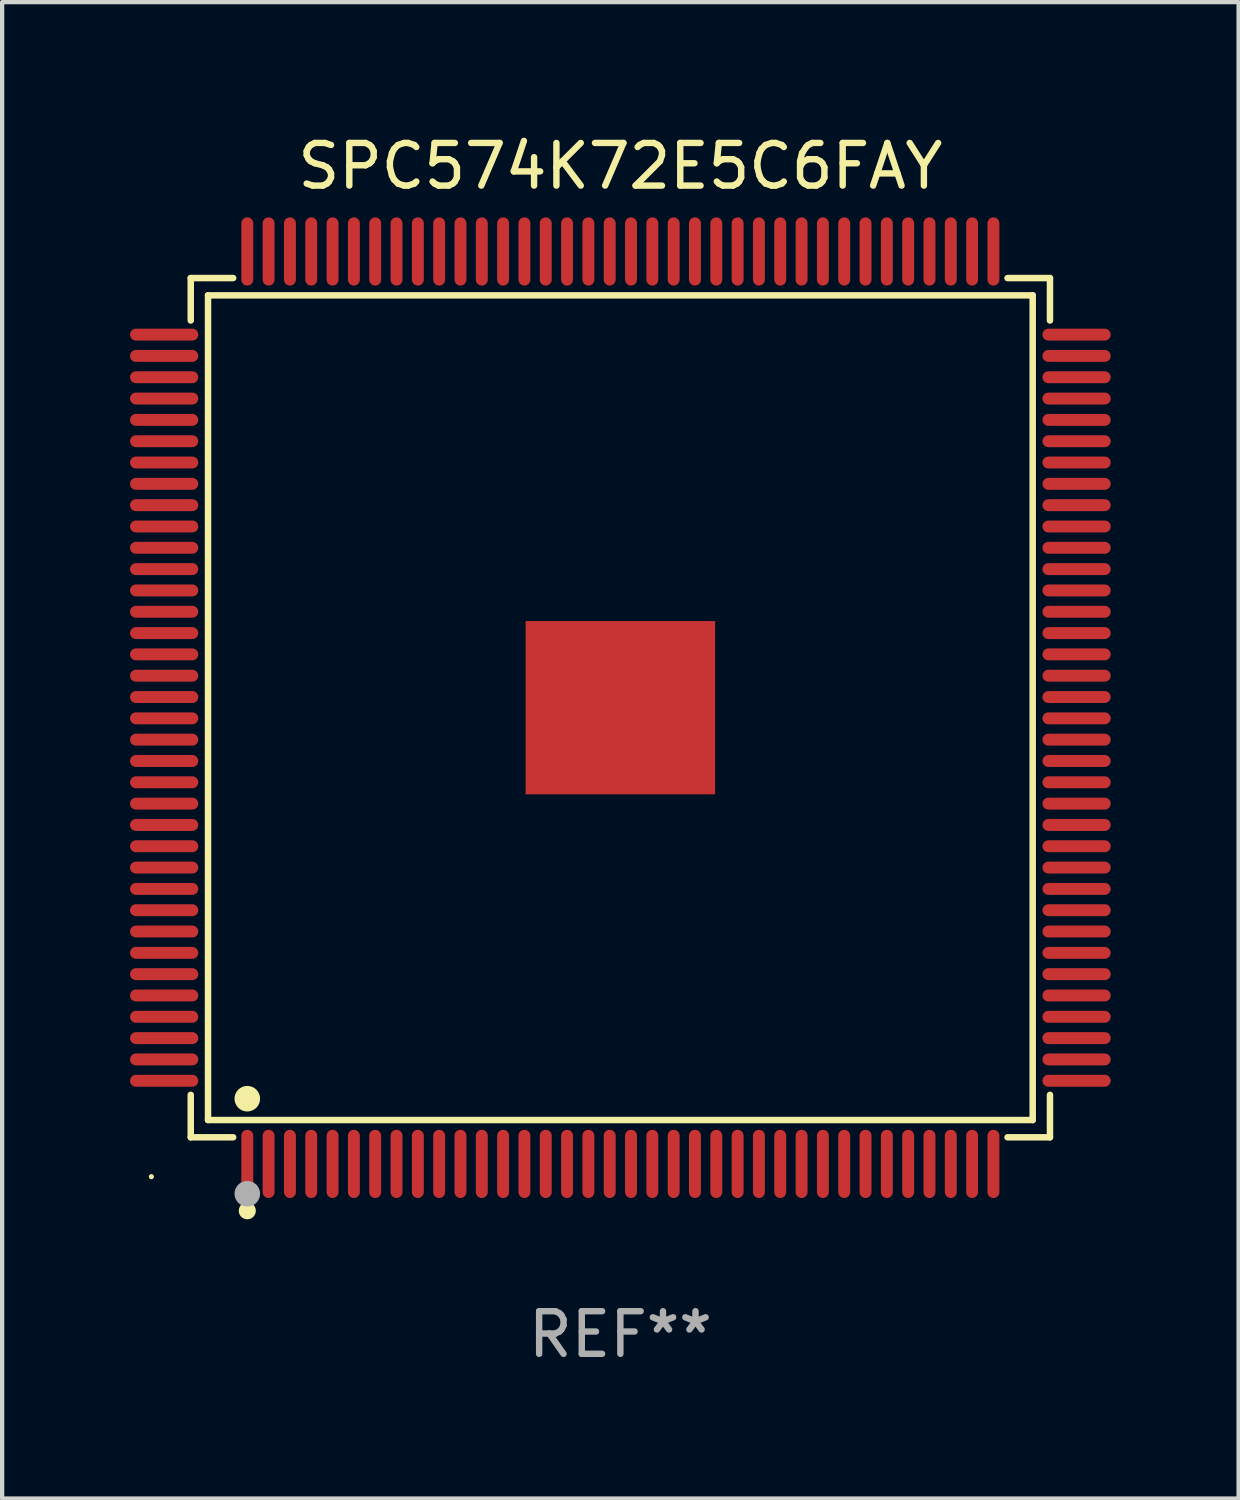
<source format=kicad_pcb>
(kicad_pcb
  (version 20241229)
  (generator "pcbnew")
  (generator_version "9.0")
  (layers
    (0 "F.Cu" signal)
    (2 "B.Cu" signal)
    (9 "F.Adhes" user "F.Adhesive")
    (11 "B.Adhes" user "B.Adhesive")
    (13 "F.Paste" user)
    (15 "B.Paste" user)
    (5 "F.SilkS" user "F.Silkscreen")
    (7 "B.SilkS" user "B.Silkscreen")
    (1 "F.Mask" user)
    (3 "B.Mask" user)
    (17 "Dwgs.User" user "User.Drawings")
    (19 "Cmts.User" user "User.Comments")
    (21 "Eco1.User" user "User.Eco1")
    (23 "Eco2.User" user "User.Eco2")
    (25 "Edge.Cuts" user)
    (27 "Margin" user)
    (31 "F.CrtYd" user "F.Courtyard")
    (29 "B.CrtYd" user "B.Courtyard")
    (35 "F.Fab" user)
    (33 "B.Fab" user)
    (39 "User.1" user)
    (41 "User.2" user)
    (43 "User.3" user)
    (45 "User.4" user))
  (footprint "SPC574K72E5C6FAY"
    (layer "F.Cu")
    (at 11.5 13.548)
    (property "Reference" "SPC574K72E5C6FAY" (at 0 -12.7 0) (layer "F.SilkS") (effects (font (size 1 1) (thickness 0.15))))
    (attr through_hole)
    (fp_line (start -10.076 -10.076) (end -9.081 -10.076) (stroke (width 0.152) (type solid)) (layer "F.SilkS"))
    (fp_line (start -10.076 -9.081) (end -10.076 -10.076) (stroke (width 0.152) (type solid)) (layer "F.SilkS"))
    (fp_line (start -10.076 9.081) (end -10.076 10.076) (stroke (width 0.152) (type solid)) (layer "F.SilkS"))
    (fp_line (start -10.076 10.076) (end -9.081 10.076) (stroke (width 0.152) (type solid)) (layer "F.SilkS"))
    (fp_line (start -9.671 -9.671) (end 9.671 -9.671) (stroke (width 0.152) (type solid)) (layer "F.SilkS"))
    (fp_line (start -9.671 9.671) (end -9.671 -9.671) (stroke (width 0.152) (type solid)) (layer "F.SilkS"))
    (fp_line (start 9.671 -9.671) (end 9.671 9.671) (stroke (width 0.152) (type solid)) (layer "F.SilkS"))
    (fp_line (start 9.671 9.671) (end -9.671 9.671) (stroke (width 0.152) (type solid)) (layer "F.SilkS"))
    (fp_line (start 10.076 -10.076) (end 9.081 -10.076) (stroke (width 0.152) (type solid)) (layer "F.SilkS"))
    (fp_line (start 10.076 -9.081) (end 10.076 -10.076) (stroke (width 0.152) (type solid)) (layer "F.SilkS"))
    (fp_line (start 10.076 9.081) (end 10.076 10.076) (stroke (width 0.152) (type solid)) (layer "F.SilkS"))
    (fp_line (start 10.076 10.076) (end 9.081 10.076) (stroke (width 0.152) (type solid)) (layer "F.SilkS"))
    (fp_circle (center -11 11) (end -10.97 11) (stroke (width 0.06) (type solid)) (fill no) (layer "F.SilkS"))
    (fp_circle (center -8.75 9.171) (end -8.6 9.171) (stroke (width 0.3) (type solid)) (fill no) (layer "F.SilkS"))
    (fp_circle (center -8.75 11.8) (end -8.65 11.8) (stroke (width 0.2) (type solid)) (fill no) (layer "F.SilkS"))
    (fp_circle (center -8.75 11.4) (end -8.6 11.4) (stroke (width 0.3) (type solid)) (fill no) (layer "F.Fab"))
    (fp_text user "REF**" (at 0 14.7 0) (layer "F.Fab") (effects (font (size 1 1) (thickness 0.15))))
    (pad "1" smd oval (at -8.75 10.7) (size 0.28 1.6) (layers "F.Cu" "F.Mask" "F.Paste"))
    (pad "2" smd oval (at -8.25 10.7) (size 0.28 1.6) (layers "F.Cu" "F.Mask" "F.Paste"))
    (pad "3" smd oval (at -7.75 10.7) (size 0.28 1.6) (layers "F.Cu" "F.Mask" "F.Paste"))
    (pad "4" smd oval (at -7.25 10.7) (size 0.28 1.6) (layers "F.Cu" "F.Mask" "F.Paste"))
    (pad "5" smd oval (at -6.75 10.7) (size 0.28 1.6) (layers "F.Cu" "F.Mask" "F.Paste"))
    (pad "6" smd oval (at -6.25 10.7) (size 0.28 1.6) (layers "F.Cu" "F.Mask" "F.Paste"))
    (pad "7" smd oval (at -5.75 10.7) (size 0.28 1.6) (layers "F.Cu" "F.Mask" "F.Paste"))
    (pad "8" smd oval (at -5.25 10.7) (size 0.28 1.6) (layers "F.Cu" "F.Mask" "F.Paste"))
    (pad "9" smd oval (at -4.75 10.7) (size 0.28 1.6) (layers "F.Cu" "F.Mask" "F.Paste"))
    (pad "10" smd oval (at -4.25 10.7) (size 0.28 1.6) (layers "F.Cu" "F.Mask" "F.Paste"))
    (pad "11" smd oval (at -3.75 10.7) (size 0.28 1.6) (layers "F.Cu" "F.Mask" "F.Paste"))
    (pad "12" smd oval (at -3.25 10.7) (size 0.28 1.6) (layers "F.Cu" "F.Mask" "F.Paste"))
    (pad "13" smd oval (at -2.75 10.7) (size 0.28 1.6) (layers "F.Cu" "F.Mask" "F.Paste"))
    (pad "14" smd oval (at -2.25 10.7) (size 0.28 1.6) (layers "F.Cu" "F.Mask" "F.Paste"))
    (pad "15" smd oval (at -1.75 10.7) (size 0.28 1.6) (layers "F.Cu" "F.Mask" "F.Paste"))
    (pad "16" smd oval (at -1.25 10.7) (size 0.28 1.6) (layers "F.Cu" "F.Mask" "F.Paste"))
    (pad "17" smd oval (at -0.75 10.7) (size 0.28 1.6) (layers "F.Cu" "F.Mask" "F.Paste"))
    (pad "18" smd oval (at -0.25 10.7) (size 0.28 1.6) (layers "F.Cu" "F.Mask" "F.Paste"))
    (pad "19" smd oval (at 0.25 10.7) (size 0.28 1.6) (layers "F.Cu" "F.Mask" "F.Paste"))
    (pad "20" smd oval (at 0.75 10.7) (size 0.28 1.6) (layers "F.Cu" "F.Mask" "F.Paste"))
    (pad "21" smd oval (at 1.25 10.7) (size 0.28 1.6) (layers "F.Cu" "F.Mask" "F.Paste"))
    (pad "22" smd oval (at 1.75 10.7) (size 0.28 1.6) (layers "F.Cu" "F.Mask" "F.Paste"))
    (pad "23" smd oval (at 2.25 10.7) (size 0.28 1.6) (layers "F.Cu" "F.Mask" "F.Paste"))
    (pad "24" smd oval (at 2.75 10.7) (size 0.28 1.6) (layers "F.Cu" "F.Mask" "F.Paste"))
    (pad "25" smd oval (at 3.25 10.7) (size 0.28 1.6) (layers "F.Cu" "F.Mask" "F.Paste"))
    (pad "26" smd oval (at 3.75 10.7) (size 0.28 1.6) (layers "F.Cu" "F.Mask" "F.Paste"))
    (pad "27" smd oval (at 4.25 10.7) (size 0.28 1.6) (layers "F.Cu" "F.Mask" "F.Paste"))
    (pad "28" smd oval (at 4.75 10.7) (size 0.28 1.6) (layers "F.Cu" "F.Mask" "F.Paste"))
    (pad "29" smd oval (at 5.25 10.7) (size 0.28 1.6) (layers "F.Cu" "F.Mask" "F.Paste"))
    (pad "30" smd oval (at 5.75 10.7) (size 0.28 1.6) (layers "F.Cu" "F.Mask" "F.Paste"))
    (pad "31" smd oval (at 6.25 10.7) (size 0.28 1.6) (layers "F.Cu" "F.Mask" "F.Paste"))
    (pad "32" smd oval (at 6.75 10.7) (size 0.28 1.6) (layers "F.Cu" "F.Mask" "F.Paste"))
    (pad "33" smd oval (at 7.25 10.7) (size 0.28 1.6) (layers "F.Cu" "F.Mask" "F.Paste"))
    (pad "34" smd oval (at 7.75 10.7) (size 0.28 1.6) (layers "F.Cu" "F.Mask" "F.Paste"))
    (pad "35" smd oval (at 8.25 10.7) (size 0.28 1.6) (layers "F.Cu" "F.Mask" "F.Paste"))
    (pad "36" smd oval (at 8.75 10.7) (size 0.28 1.6) (layers "F.Cu" "F.Mask" "F.Paste"))
    (pad "37" smd oval (at 10.7 8.75) (size 1.6 0.28) (layers "F.Cu" "F.Mask" "F.Paste"))
    (pad "38" smd oval (at 10.7 8.25) (size 1.6 0.28) (layers "F.Cu" "F.Mask" "F.Paste"))
    (pad "39" smd oval (at 10.7 7.75) (size 1.6 0.28) (layers "F.Cu" "F.Mask" "F.Paste"))
    (pad "40" smd oval (at 10.7 7.25) (size 1.6 0.28) (layers "F.Cu" "F.Mask" "F.Paste"))
    (pad "41" smd oval (at 10.7 6.75) (size 1.6 0.28) (layers "F.Cu" "F.Mask" "F.Paste"))
    (pad "42" smd oval (at 10.7 6.25) (size 1.6 0.28) (layers "F.Cu" "F.Mask" "F.Paste"))
    (pad "43" smd oval (at 10.7 5.75) (size 1.6 0.28) (layers "F.Cu" "F.Mask" "F.Paste"))
    (pad "44" smd oval (at 10.7 5.25) (size 1.6 0.28) (layers "F.Cu" "F.Mask" "F.Paste"))
    (pad "45" smd oval (at 10.7 4.75) (size 1.6 0.28) (layers "F.Cu" "F.Mask" "F.Paste"))
    (pad "46" smd oval (at 10.7 4.25) (size 1.6 0.28) (layers "F.Cu" "F.Mask" "F.Paste"))
    (pad "47" smd oval (at 10.7 3.75) (size 1.6 0.28) (layers "F.Cu" "F.Mask" "F.Paste"))
    (pad "48" smd oval (at 10.7 3.25) (size 1.6 0.28) (layers "F.Cu" "F.Mask" "F.Paste"))
    (pad "49" smd oval (at 10.7 2.75) (size 1.6 0.28) (layers "F.Cu" "F.Mask" "F.Paste"))
    (pad "50" smd oval (at 10.7 2.25) (size 1.6 0.28) (layers "F.Cu" "F.Mask" "F.Paste"))
    (pad "51" smd oval (at 10.7 1.75) (size 1.6 0.28) (layers "F.Cu" "F.Mask" "F.Paste"))
    (pad "52" smd oval (at 10.7 1.25) (size 1.6 0.28) (layers "F.Cu" "F.Mask" "F.Paste"))
    (pad "53" smd oval (at 10.7 0.75) (size 1.6 0.28) (layers "F.Cu" "F.Mask" "F.Paste"))
    (pad "54" smd oval (at 10.7 0.25) (size 1.6 0.28) (layers "F.Cu" "F.Mask" "F.Paste"))
    (pad "55" smd oval (at 10.7 -0.25) (size 1.6 0.28) (layers "F.Cu" "F.Mask" "F.Paste"))
    (pad "56" smd oval (at 10.7 -0.75) (size 1.6 0.28) (layers "F.Cu" "F.Mask" "F.Paste"))
    (pad "57" smd oval (at 10.7 -1.25) (size 1.6 0.28) (layers "F.Cu" "F.Mask" "F.Paste"))
    (pad "58" smd oval (at 10.7 -1.75) (size 1.6 0.28) (layers "F.Cu" "F.Mask" "F.Paste"))
    (pad "59" smd oval (at 10.7 -2.25) (size 1.6 0.28) (layers "F.Cu" "F.Mask" "F.Paste"))
    (pad "60" smd oval (at 10.7 -2.75) (size 1.6 0.28) (layers "F.Cu" "F.Mask" "F.Paste"))
    (pad "61" smd oval (at 10.7 -3.25) (size 1.6 0.28) (layers "F.Cu" "F.Mask" "F.Paste"))
    (pad "62" smd oval (at 10.7 -3.75) (size 1.6 0.28) (layers "F.Cu" "F.Mask" "F.Paste"))
    (pad "63" smd oval (at 10.7 -4.25) (size 1.6 0.28) (layers "F.Cu" "F.Mask" "F.Paste"))
    (pad "64" smd oval (at 10.7 -4.75) (size 1.6 0.28) (layers "F.Cu" "F.Mask" "F.Paste"))
    (pad "65" smd oval (at 10.7 -5.25) (size 1.6 0.28) (layers "F.Cu" "F.Mask" "F.Paste"))
    (pad "66" smd oval (at 10.7 -5.75) (size 1.6 0.28) (layers "F.Cu" "F.Mask" "F.Paste"))
    (pad "67" smd oval (at 10.7 -6.25) (size 1.6 0.28) (layers "F.Cu" "F.Mask" "F.Paste"))
    (pad "68" smd oval (at 10.7 -6.75) (size 1.6 0.28) (layers "F.Cu" "F.Mask" "F.Paste"))
    (pad "69" smd oval (at 10.7 -7.25) (size 1.6 0.28) (layers "F.Cu" "F.Mask" "F.Paste"))
    (pad "70" smd oval (at 10.7 -7.75) (size 1.6 0.28) (layers "F.Cu" "F.Mask" "F.Paste"))
    (pad "71" smd oval (at 10.7 -8.25) (size 1.6 0.28) (layers "F.Cu" "F.Mask" "F.Paste"))
    (pad "72" smd oval (at 10.7 -8.75) (size 1.6 0.28) (layers "F.Cu" "F.Mask" "F.Paste"))
    (pad "73" smd oval (at 8.75 -10.7) (size 0.28 1.6) (layers "F.Cu" "F.Mask" "F.Paste"))
    (pad "74" smd oval (at 8.25 -10.7) (size 0.28 1.6) (layers "F.Cu" "F.Mask" "F.Paste"))
    (pad "75" smd oval (at 7.75 -10.7) (size 0.28 1.6) (layers "F.Cu" "F.Mask" "F.Paste"))
    (pad "76" smd oval (at 7.25 -10.7) (size 0.28 1.6) (layers "F.Cu" "F.Mask" "F.Paste"))
    (pad "77" smd oval (at 6.75 -10.7) (size 0.28 1.6) (layers "F.Cu" "F.Mask" "F.Paste"))
    (pad "78" smd oval (at 6.25 -10.7) (size 0.28 1.6) (layers "F.Cu" "F.Mask" "F.Paste"))
    (pad "79" smd oval (at 5.75 -10.7) (size 0.28 1.6) (layers "F.Cu" "F.Mask" "F.Paste"))
    (pad "80" smd oval (at 5.25 -10.7) (size 0.28 1.6) (layers "F.Cu" "F.Mask" "F.Paste"))
    (pad "81" smd oval (at 4.75 -10.7) (size 0.28 1.6) (layers "F.Cu" "F.Mask" "F.Paste"))
    (pad "82" smd oval (at 4.25 -10.7) (size 0.28 1.6) (layers "F.Cu" "F.Mask" "F.Paste"))
    (pad "83" smd oval (at 3.75 -10.7) (size 0.28 1.6) (layers "F.Cu" "F.Mask" "F.Paste"))
    (pad "84" smd oval (at 3.25 -10.7) (size 0.28 1.6) (layers "F.Cu" "F.Mask" "F.Paste"))
    (pad "85" smd oval (at 2.75 -10.7) (size 0.28 1.6) (layers "F.Cu" "F.Mask" "F.Paste"))
    (pad "86" smd oval (at 2.25 -10.7) (size 0.28 1.6) (layers "F.Cu" "F.Mask" "F.Paste"))
    (pad "87" smd oval (at 1.75 -10.7) (size 0.28 1.6) (layers "F.Cu" "F.Mask" "F.Paste"))
    (pad "88" smd oval (at 1.25 -10.7) (size 0.28 1.6) (layers "F.Cu" "F.Mask" "F.Paste"))
    (pad "89" smd oval (at 0.75 -10.7) (size 0.28 1.6) (layers "F.Cu" "F.Mask" "F.Paste"))
    (pad "90" smd oval (at 0.25 -10.7) (size 0.28 1.6) (layers "F.Cu" "F.Mask" "F.Paste"))
    (pad "91" smd oval (at -0.25 -10.7) (size 0.28 1.6) (layers "F.Cu" "F.Mask" "F.Paste"))
    (pad "92" smd oval (at -0.75 -10.7) (size 0.28 1.6) (layers "F.Cu" "F.Mask" "F.Paste"))
    (pad "93" smd oval (at -1.25 -10.7) (size 0.28 1.6) (layers "F.Cu" "F.Mask" "F.Paste"))
    (pad "94" smd oval (at -1.75 -10.7) (size 0.28 1.6) (layers "F.Cu" "F.Mask" "F.Paste"))
    (pad "95" smd oval (at -2.25 -10.7) (size 0.28 1.6) (layers "F.Cu" "F.Mask" "F.Paste"))
    (pad "96" smd oval (at -2.75 -10.7) (size 0.28 1.6) (layers "F.Cu" "F.Mask" "F.Paste"))
    (pad "97" smd oval (at -3.25 -10.7) (size 0.28 1.6) (layers "F.Cu" "F.Mask" "F.Paste"))
    (pad "98" smd oval (at -3.75 -10.7) (size 0.28 1.6) (layers "F.Cu" "F.Mask" "F.Paste"))
    (pad "99" smd oval (at -4.25 -10.7) (size 0.28 1.6) (layers "F.Cu" "F.Mask" "F.Paste"))
    (pad "100" smd oval (at -4.75 -10.7) (size 0.28 1.6) (layers "F.Cu" "F.Mask" "F.Paste"))
    (pad "101" smd oval (at -5.25 -10.7) (size 0.28 1.6) (layers "F.Cu" "F.Mask" "F.Paste"))
    (pad "102" smd oval (at -5.75 -10.7) (size 0.28 1.6) (layers "F.Cu" "F.Mask" "F.Paste"))
    (pad "103" smd oval (at -6.25 -10.7) (size 0.28 1.6) (layers "F.Cu" "F.Mask" "F.Paste"))
    (pad "104" smd oval (at -6.75 -10.7) (size 0.28 1.6) (layers "F.Cu" "F.Mask" "F.Paste"))
    (pad "105" smd oval (at -7.25 -10.7) (size 0.28 1.6) (layers "F.Cu" "F.Mask" "F.Paste"))
    (pad "106" smd oval (at -7.75 -10.7) (size 0.28 1.6) (layers "F.Cu" "F.Mask" "F.Paste"))
    (pad "107" smd oval (at -8.25 -10.7) (size 0.28 1.6) (layers "F.Cu" "F.Mask" "F.Paste"))
    (pad "108" smd oval (at -8.75 -10.7) (size 0.28 1.6) (layers "F.Cu" "F.Mask" "F.Paste"))
    (pad "109" smd oval (at -10.7 -8.75) (size 1.6 0.28) (layers "F.Cu" "F.Mask" "F.Paste"))
    (pad "110" smd oval (at -10.7 -8.25) (size 1.6 0.28) (layers "F.Cu" "F.Mask" "F.Paste"))
    (pad "111" smd oval (at -10.7 -7.75) (size 1.6 0.28) (layers "F.Cu" "F.Mask" "F.Paste"))
    (pad "112" smd oval (at -10.7 -7.25) (size 1.6 0.28) (layers "F.Cu" "F.Mask" "F.Paste"))
    (pad "113" smd oval (at -10.7 -6.75) (size 1.6 0.28) (layers "F.Cu" "F.Mask" "F.Paste"))
    (pad "114" smd oval (at -10.7 -6.25) (size 1.6 0.28) (layers "F.Cu" "F.Mask" "F.Paste"))
    (pad "115" smd oval (at -10.7 -5.75) (size 1.6 0.28) (layers "F.Cu" "F.Mask" "F.Paste"))
    (pad "116" smd oval (at -10.7 -5.25) (size 1.6 0.28) (layers "F.Cu" "F.Mask" "F.Paste"))
    (pad "117" smd oval (at -10.7 -4.75) (size 1.6 0.28) (layers "F.Cu" "F.Mask" "F.Paste"))
    (pad "118" smd oval (at -10.7 -4.25) (size 1.6 0.28) (layers "F.Cu" "F.Mask" "F.Paste"))
    (pad "119" smd oval (at -10.7 -3.75) (size 1.6 0.28) (layers "F.Cu" "F.Mask" "F.Paste"))
    (pad "120" smd oval (at -10.7 -3.25) (size 1.6 0.28) (layers "F.Cu" "F.Mask" "F.Paste"))
    (pad "121" smd oval (at -10.7 -2.75) (size 1.6 0.28) (layers "F.Cu" "F.Mask" "F.Paste"))
    (pad "122" smd oval (at -10.7 -2.25) (size 1.6 0.28) (layers "F.Cu" "F.Mask" "F.Paste"))
    (pad "123" smd oval (at -10.7 -1.75) (size 1.6 0.28) (layers "F.Cu" "F.Mask" "F.Paste"))
    (pad "124" smd oval (at -10.7 -1.25) (size 1.6 0.28) (layers "F.Cu" "F.Mask" "F.Paste"))
    (pad "125" smd oval (at -10.7 -0.75) (size 1.6 0.28) (layers "F.Cu" "F.Mask" "F.Paste"))
    (pad "126" smd oval (at -10.7 -0.25) (size 1.6 0.28) (layers "F.Cu" "F.Mask" "F.Paste"))
    (pad "127" smd oval (at -10.7 0.25) (size 1.6 0.28) (layers "F.Cu" "F.Mask" "F.Paste"))
    (pad "128" smd oval (at -10.7 0.75) (size 1.6 0.28) (layers "F.Cu" "F.Mask" "F.Paste"))
    (pad "129" smd oval (at -10.7 1.25) (size 1.6 0.28) (layers "F.Cu" "F.Mask" "F.Paste"))
    (pad "130" smd oval (at -10.7 1.75) (size 1.6 0.28) (layers "F.Cu" "F.Mask" "F.Paste"))
    (pad "131" smd oval (at -10.7 2.25) (size 1.6 0.28) (layers "F.Cu" "F.Mask" "F.Paste"))
    (pad "132" smd oval (at -10.7 2.75) (size 1.6 0.28) (layers "F.Cu" "F.Mask" "F.Paste"))
    (pad "133" smd oval (at -10.7 3.25) (size 1.6 0.28) (layers "F.Cu" "F.Mask" "F.Paste"))
    (pad "134" smd oval (at -10.7 3.75) (size 1.6 0.28) (layers "F.Cu" "F.Mask" "F.Paste"))
    (pad "135" smd oval (at -10.7 4.25) (size 1.6 0.28) (layers "F.Cu" "F.Mask" "F.Paste"))
    (pad "136" smd oval (at -10.7 4.75) (size 1.6 0.28) (layers "F.Cu" "F.Mask" "F.Paste"))
    (pad "137" smd oval (at -10.7 5.25) (size 1.6 0.28) (layers "F.Cu" "F.Mask" "F.Paste"))
    (pad "138" smd oval (at -10.7 5.75) (size 1.6 0.28) (layers "F.Cu" "F.Mask" "F.Paste"))
    (pad "139" smd oval (at -10.7 6.25) (size 1.6 0.28) (layers "F.Cu" "F.Mask" "F.Paste"))
    (pad "140" smd oval (at -10.7 6.75) (size 1.6 0.28) (layers "F.Cu" "F.Mask" "F.Paste"))
    (pad "141" smd oval (at -10.7 7.25) (size 1.6 0.28) (layers "F.Cu" "F.Mask" "F.Paste"))
    (pad "142" smd oval (at -10.7 7.75) (size 1.6 0.28) (layers "F.Cu" "F.Mask" "F.Paste"))
    (pad "143" smd oval (at -10.7 8.25) (size 1.6 0.28) (layers "F.Cu" "F.Mask" "F.Paste"))
    (pad "144" smd oval (at -10.7 8.75) (size 1.6 0.28) (layers "F.Cu" "F.Mask" "F.Paste"))
    (pad "145" smd rect (at 0 0) (size 4.445 4.064) (layers "F.Cu" "F.Mask" "F.Paste")))
  (gr_rect
    (start -3 -3)
    (end 26 32.097)
    (stroke (width 0.1) (type default))
    (fill no)
    (layer "Edge.Cuts")))
</source>
